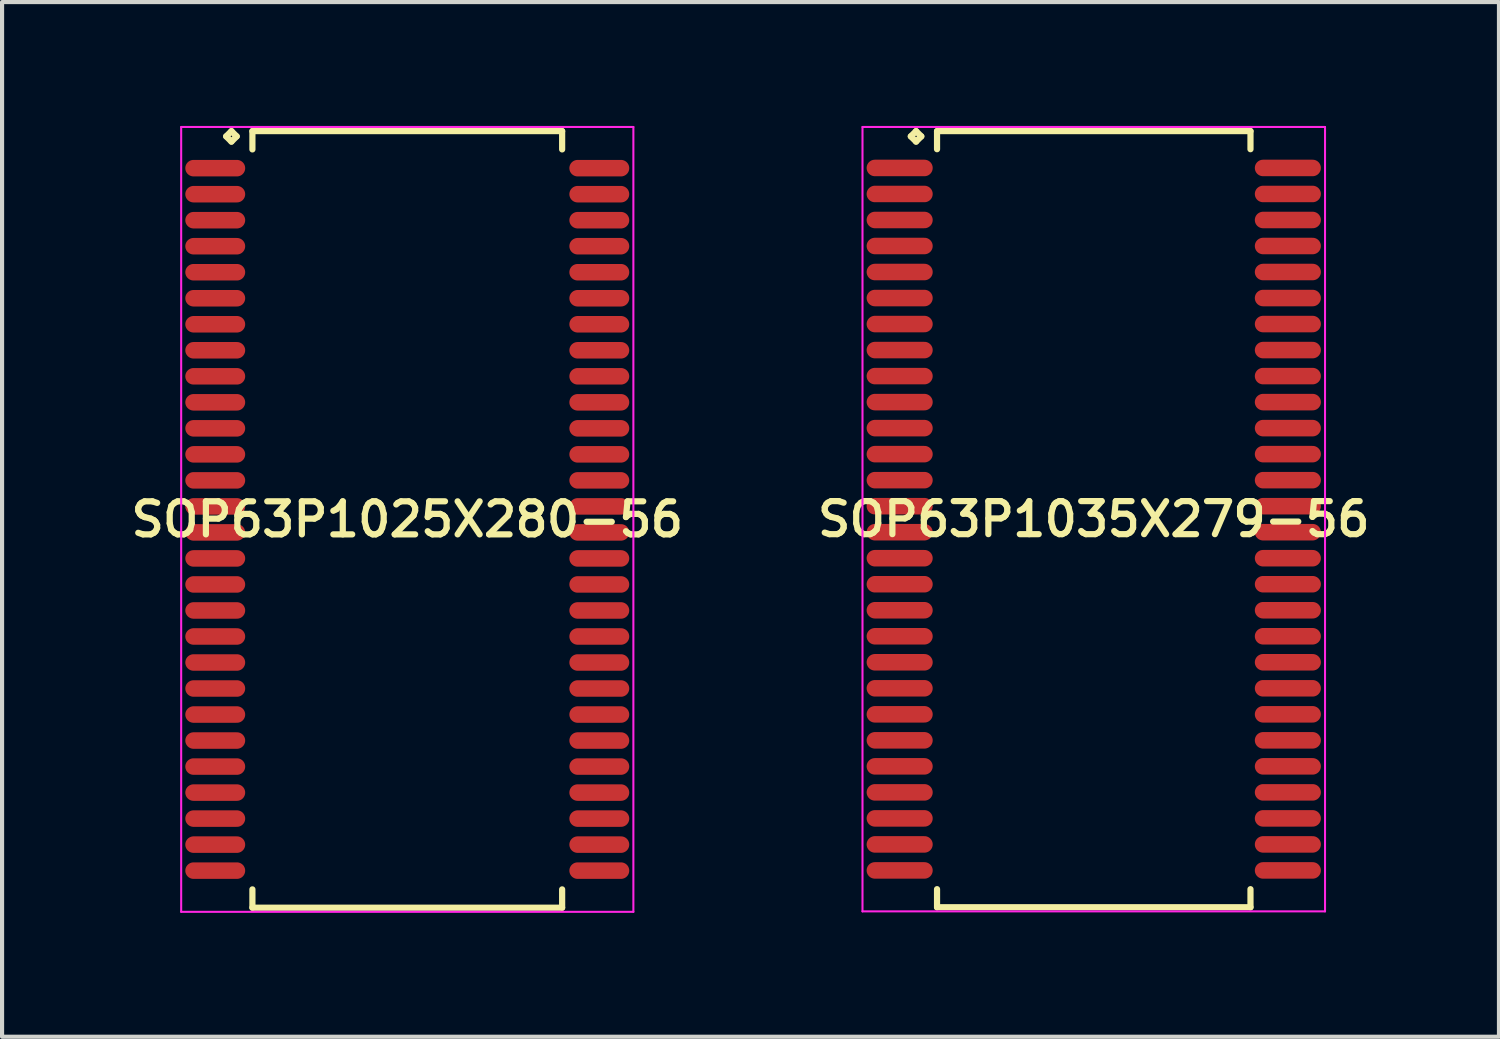
<source format=kicad_pcb>
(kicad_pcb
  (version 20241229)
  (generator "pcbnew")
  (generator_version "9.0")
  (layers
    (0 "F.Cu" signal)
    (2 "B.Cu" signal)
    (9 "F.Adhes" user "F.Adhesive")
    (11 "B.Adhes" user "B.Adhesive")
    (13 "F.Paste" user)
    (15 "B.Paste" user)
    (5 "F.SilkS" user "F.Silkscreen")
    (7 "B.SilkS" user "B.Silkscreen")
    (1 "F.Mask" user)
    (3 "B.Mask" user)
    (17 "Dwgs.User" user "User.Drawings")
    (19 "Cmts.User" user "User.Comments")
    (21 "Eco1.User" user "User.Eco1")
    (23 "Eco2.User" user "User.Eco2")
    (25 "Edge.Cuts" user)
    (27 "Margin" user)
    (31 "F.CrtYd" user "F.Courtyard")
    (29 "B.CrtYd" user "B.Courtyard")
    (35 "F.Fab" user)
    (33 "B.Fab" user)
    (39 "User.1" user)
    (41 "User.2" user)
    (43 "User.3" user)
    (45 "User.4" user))
  (footprint "SOP63P1025X280-56"
    (layer "F.Cu")
    (at 6.812 9.527)
    (property "Reference" "SOP63P1025X280-56" (at 0 0 0) (layer "F.SilkS") (effects (font (size 0.8 0.8) (thickness 0.15))))
    (attr smd)
    (fp_line (start -4.385 -9.275) (end -4.258 -9.402) (stroke (width 0.15) (type solid)) (layer "F.SilkS"))
    (fp_line (start -4.258 -9.402) (end -4.131 -9.275) (stroke (width 0.15) (type solid)) (layer "F.SilkS"))
    (fp_line (start -4.258 -9.148) (end -4.385 -9.275) (stroke (width 0.15) (type solid)) (layer "F.SilkS"))
    (fp_line (start -4.131 -9.275) (end -4.258 -9.148) (stroke (width 0.15) (type solid)) (layer "F.SilkS"))
    (fp_line (start -3.75 -9.402) (end 3.75 -9.402) (stroke (width 0.15) (type solid)) (layer "F.SilkS"))
    (fp_line (start -3.75 -8.959) (end -3.75 -9.402) (stroke (width 0.15) (type solid)) (layer "F.SilkS"))
    (fp_line (start -3.75 8.959) (end -3.75 9.402) (stroke (width 0.15) (type solid)) (layer "F.SilkS"))
    (fp_line (start -3.75 9.402) (end 3.75 9.402) (stroke (width 0.15) (type solid)) (layer "F.SilkS"))
    (fp_line (start 3.75 -9.402) (end 3.75 -8.959) (stroke (width 0.15) (type solid)) (layer "F.SilkS"))
    (fp_line (start 3.75 9.402) (end 3.75 8.959) (stroke (width 0.15) (type solid)) (layer "F.SilkS"))
    (fp_line (start -5.475 -9.502) (end 5.475 -9.502) (stroke (width 0.05) (type solid)) (layer "F.CrtYd"))
    (fp_line (start -5.475 9.502) (end -5.475 -9.502) (stroke (width 0.05) (type solid)) (layer "F.CrtYd"))
    (fp_line (start 5.475 -9.502) (end 5.475 9.502) (stroke (width 0.05) (type solid)) (layer "F.CrtYd"))
    (fp_line (start 5.475 9.502) (end -5.475 9.502) (stroke (width 0.05) (type solid)) (layer "F.CrtYd"))
    (pad "1" smd oval (at -4.65 -8.505) (size 1.45 0.4) (layers "F.Cu" "F.Mask" "F.Paste"))
    (pad "2" smd oval (at -4.65 -7.875) (size 1.45 0.4) (layers "F.Cu" "F.Mask" "F.Paste"))
    (pad "3" smd oval (at -4.65 -7.245) (size 1.45 0.4) (layers "F.Cu" "F.Mask" "F.Paste"))
    (pad "4" smd oval (at -4.65 -6.615) (size 1.45 0.4) (layers "F.Cu" "F.Mask" "F.Paste"))
    (pad "5" smd oval (at -4.65 -5.985) (size 1.45 0.4) (layers "F.Cu" "F.Mask" "F.Paste"))
    (pad "6" smd oval (at -4.65 -5.355) (size 1.45 0.4) (layers "F.Cu" "F.Mask" "F.Paste"))
    (pad "7" smd oval (at -4.65 -4.725) (size 1.45 0.4) (layers "F.Cu" "F.Mask" "F.Paste"))
    (pad "8" smd oval (at -4.65 -4.095) (size 1.45 0.4) (layers "F.Cu" "F.Mask" "F.Paste"))
    (pad "9" smd oval (at -4.65 -3.465) (size 1.45 0.4) (layers "F.Cu" "F.Mask" "F.Paste"))
    (pad "10" smd oval (at -4.65 -2.835) (size 1.45 0.4) (layers "F.Cu" "F.Mask" "F.Paste"))
    (pad "11" smd oval (at -4.65 -2.205) (size 1.45 0.4) (layers "F.Cu" "F.Mask" "F.Paste"))
    (pad "12" smd oval (at -4.65 -1.575) (size 1.45 0.4) (layers "F.Cu" "F.Mask" "F.Paste"))
    (pad "13" smd oval (at -4.65 -0.945) (size 1.45 0.4) (layers "F.Cu" "F.Mask" "F.Paste"))
    (pad "14" smd oval (at -4.65 -0.315) (size 1.45 0.4) (layers "F.Cu" "F.Mask" "F.Paste"))
    (pad "15" smd oval (at -4.65 0.315) (size 1.45 0.4) (layers "F.Cu" "F.Mask" "F.Paste"))
    (pad "16" smd oval (at -4.65 0.945) (size 1.45 0.4) (layers "F.Cu" "F.Mask" "F.Paste"))
    (pad "17" smd oval (at -4.65 1.575) (size 1.45 0.4) (layers "F.Cu" "F.Mask" "F.Paste"))
    (pad "18" smd oval (at -4.65 2.205) (size 1.45 0.4) (layers "F.Cu" "F.Mask" "F.Paste"))
    (pad "19" smd oval (at -4.65 2.835) (size 1.45 0.4) (layers "F.Cu" "F.Mask" "F.Paste"))
    (pad "20" smd oval (at -4.65 3.465) (size 1.45 0.4) (layers "F.Cu" "F.Mask" "F.Paste"))
    (pad "21" smd oval (at -4.65 4.095) (size 1.45 0.4) (layers "F.Cu" "F.Mask" "F.Paste"))
    (pad "22" smd oval (at -4.65 4.725) (size 1.45 0.4) (layers "F.Cu" "F.Mask" "F.Paste"))
    (pad "23" smd oval (at -4.65 5.355) (size 1.45 0.4) (layers "F.Cu" "F.Mask" "F.Paste"))
    (pad "24" smd oval (at -4.65 5.985) (size 1.45 0.4) (layers "F.Cu" "F.Mask" "F.Paste"))
    (pad "25" smd oval (at -4.65 6.615) (size 1.45 0.4) (layers "F.Cu" "F.Mask" "F.Paste"))
    (pad "26" smd oval (at -4.65 7.245) (size 1.45 0.4) (layers "F.Cu" "F.Mask" "F.Paste"))
    (pad "27" smd oval (at -4.65 7.875) (size 1.45 0.4) (layers "F.Cu" "F.Mask" "F.Paste"))
    (pad "28" smd oval (at -4.65 8.505) (size 1.45 0.4) (layers "F.Cu" "F.Mask" "F.Paste"))
    (pad "29" smd oval (at 4.65 8.505) (size 1.45 0.4) (layers "F.Cu" "F.Mask" "F.Paste"))
    (pad "30" smd oval (at 4.65 7.875) (size 1.45 0.4) (layers "F.Cu" "F.Mask" "F.Paste"))
    (pad "31" smd oval (at 4.65 7.245) (size 1.45 0.4) (layers "F.Cu" "F.Mask" "F.Paste"))
    (pad "32" smd oval (at 4.65 6.615) (size 1.45 0.4) (layers "F.Cu" "F.Mask" "F.Paste"))
    (pad "33" smd oval (at 4.65 5.985) (size 1.45 0.4) (layers "F.Cu" "F.Mask" "F.Paste"))
    (pad "34" smd oval (at 4.65 5.355) (size 1.45 0.4) (layers "F.Cu" "F.Mask" "F.Paste"))
    (pad "35" smd oval (at 4.65 4.725) (size 1.45 0.4) (layers "F.Cu" "F.Mask" "F.Paste"))
    (pad "36" smd oval (at 4.65 4.095) (size 1.45 0.4) (layers "F.Cu" "F.Mask" "F.Paste"))
    (pad "37" smd oval (at 4.65 3.465) (size 1.45 0.4) (layers "F.Cu" "F.Mask" "F.Paste"))
    (pad "38" smd oval (at 4.65 2.835) (size 1.45 0.4) (layers "F.Cu" "F.Mask" "F.Paste"))
    (pad "39" smd oval (at 4.65 2.205) (size 1.45 0.4) (layers "F.Cu" "F.Mask" "F.Paste"))
    (pad "40" smd oval (at 4.65 1.575) (size 1.45 0.4) (layers "F.Cu" "F.Mask" "F.Paste"))
    (pad "41" smd oval (at 4.65 0.945) (size 1.45 0.4) (layers "F.Cu" "F.Mask" "F.Paste"))
    (pad "42" smd oval (at 4.65 0.315) (size 1.45 0.4) (layers "F.Cu" "F.Mask" "F.Paste"))
    (pad "43" smd oval (at 4.65 -0.315) (size 1.45 0.4) (layers "F.Cu" "F.Mask" "F.Paste"))
    (pad "44" smd oval (at 4.65 -0.945) (size 1.45 0.4) (layers "F.Cu" "F.Mask" "F.Paste"))
    (pad "45" smd oval (at 4.65 -1.575) (size 1.45 0.4) (layers "F.Cu" "F.Mask" "F.Paste"))
    (pad "46" smd oval (at 4.65 -2.205) (size 1.45 0.4) (layers "F.Cu" "F.Mask" "F.Paste"))
    (pad "47" smd oval (at 4.65 -2.835) (size 1.45 0.4) (layers "F.Cu" "F.Mask" "F.Paste"))
    (pad "48" smd oval (at 4.65 -3.465) (size 1.45 0.4) (layers "F.Cu" "F.Mask" "F.Paste"))
    (pad "49" smd oval (at 4.65 -4.095) (size 1.45 0.4) (layers "F.Cu" "F.Mask" "F.Paste"))
    (pad "50" smd oval (at 4.65 -4.725) (size 1.45 0.4) (layers "F.Cu" "F.Mask" "F.Paste"))
    (pad "51" smd oval (at 4.65 -5.355) (size 1.45 0.4) (layers "F.Cu" "F.Mask" "F.Paste"))
    (pad "52" smd oval (at 4.65 -5.985) (size 1.45 0.4) (layers "F.Cu" "F.Mask" "F.Paste"))
    (pad "53" smd oval (at 4.65 -6.615) (size 1.45 0.4) (layers "F.Cu" "F.Mask" "F.Paste"))
    (pad "54" smd oval (at 4.65 -7.245) (size 1.45 0.4) (layers "F.Cu" "F.Mask" "F.Paste"))
    (pad "55" smd oval (at 4.65 -7.875) (size 1.45 0.4) (layers "F.Cu" "F.Mask" "F.Paste"))
    (pad "56" smd oval (at 4.65 -8.505) (size 1.45 0.4) (layers "F.Cu" "F.Mask" "F.Paste")))
  (footprint "SOP63P1035X279-56"
    (layer "F.Cu")
    (at 23.435 9.522)
    (property "Reference" "SOP63P1035X279-56" (at 0 0 0) (layer "F.SilkS") (effects (font (size 0.8 0.8) (thickness 0.15))))
    (attr smd)
    (fp_line (start -4.43 -9.27) (end -4.303 -9.397) (stroke (width 0.15) (type solid)) (layer "F.SilkS"))
    (fp_line (start -4.303 -9.397) (end -4.176 -9.27) (stroke (width 0.15) (type solid)) (layer "F.SilkS"))
    (fp_line (start -4.303 -9.143) (end -4.43 -9.27) (stroke (width 0.15) (type solid)) (layer "F.SilkS"))
    (fp_line (start -4.176 -9.27) (end -4.303 -9.143) (stroke (width 0.15) (type solid)) (layer "F.SilkS"))
    (fp_line (start -3.795 -9.397) (end 3.795 -9.397) (stroke (width 0.15) (type solid)) (layer "F.SilkS"))
    (fp_line (start -3.795 -8.959) (end -3.795 -9.397) (stroke (width 0.15) (type solid)) (layer "F.SilkS"))
    (fp_line (start -3.795 8.959) (end -3.795 9.397) (stroke (width 0.15) (type solid)) (layer "F.SilkS"))
    (fp_line (start -3.795 9.397) (end 3.795 9.397) (stroke (width 0.15) (type solid)) (layer "F.SilkS"))
    (fp_line (start 3.795 -9.397) (end 3.795 -8.959) (stroke (width 0.15) (type solid)) (layer "F.SilkS"))
    (fp_line (start 3.795 9.397) (end 3.795 8.959) (stroke (width 0.15) (type solid)) (layer "F.SilkS"))
    (fp_line (start -5.6 -9.497) (end 5.6 -9.497) (stroke (width 0.05) (type solid)) (layer "F.CrtYd"))
    (fp_line (start -5.6 9.497) (end -5.6 -9.497) (stroke (width 0.05) (type solid)) (layer "F.CrtYd"))
    (fp_line (start 5.6 -9.497) (end 5.6 9.497) (stroke (width 0.05) (type solid)) (layer "F.CrtYd"))
    (fp_line (start 5.6 9.497) (end -5.6 9.497) (stroke (width 0.05) (type solid)) (layer "F.CrtYd"))
    (pad "1" smd oval (at -4.7 -8.505) (size 1.6 0.4) (layers "F.Cu" "F.Mask" "F.Paste"))
    (pad "2" smd oval (at -4.7 -7.875) (size 1.6 0.4) (layers "F.Cu" "F.Mask" "F.Paste"))
    (pad "3" smd oval (at -4.7 -7.245) (size 1.6 0.4) (layers "F.Cu" "F.Mask" "F.Paste"))
    (pad "4" smd oval (at -4.7 -6.615) (size 1.6 0.4) (layers "F.Cu" "F.Mask" "F.Paste"))
    (pad "5" smd oval (at -4.7 -5.985) (size 1.6 0.4) (layers "F.Cu" "F.Mask" "F.Paste"))
    (pad "6" smd oval (at -4.7 -5.355) (size 1.6 0.4) (layers "F.Cu" "F.Mask" "F.Paste"))
    (pad "7" smd oval (at -4.7 -4.725) (size 1.6 0.4) (layers "F.Cu" "F.Mask" "F.Paste"))
    (pad "8" smd oval (at -4.7 -4.095) (size 1.6 0.4) (layers "F.Cu" "F.Mask" "F.Paste"))
    (pad "9" smd oval (at -4.7 -3.465) (size 1.6 0.4) (layers "F.Cu" "F.Mask" "F.Paste"))
    (pad "10" smd oval (at -4.7 -2.835) (size 1.6 0.4) (layers "F.Cu" "F.Mask" "F.Paste"))
    (pad "11" smd oval (at -4.7 -2.205) (size 1.6 0.4) (layers "F.Cu" "F.Mask" "F.Paste"))
    (pad "12" smd oval (at -4.7 -1.575) (size 1.6 0.4) (layers "F.Cu" "F.Mask" "F.Paste"))
    (pad "13" smd oval (at -4.7 -0.945) (size 1.6 0.4) (layers "F.Cu" "F.Mask" "F.Paste"))
    (pad "14" smd oval (at -4.7 -0.315) (size 1.6 0.4) (layers "F.Cu" "F.Mask" "F.Paste"))
    (pad "15" smd oval (at -4.7 0.315) (size 1.6 0.4) (layers "F.Cu" "F.Mask" "F.Paste"))
    (pad "16" smd oval (at -4.7 0.945) (size 1.6 0.4) (layers "F.Cu" "F.Mask" "F.Paste"))
    (pad "17" smd oval (at -4.7 1.575) (size 1.6 0.4) (layers "F.Cu" "F.Mask" "F.Paste"))
    (pad "18" smd oval (at -4.7 2.205) (size 1.6 0.4) (layers "F.Cu" "F.Mask" "F.Paste"))
    (pad "19" smd oval (at -4.7 2.835) (size 1.6 0.4) (layers "F.Cu" "F.Mask" "F.Paste"))
    (pad "20" smd oval (at -4.7 3.465) (size 1.6 0.4) (layers "F.Cu" "F.Mask" "F.Paste"))
    (pad "21" smd oval (at -4.7 4.095) (size 1.6 0.4) (layers "F.Cu" "F.Mask" "F.Paste"))
    (pad "22" smd oval (at -4.7 4.725) (size 1.6 0.4) (layers "F.Cu" "F.Mask" "F.Paste"))
    (pad "23" smd oval (at -4.7 5.355) (size 1.6 0.4) (layers "F.Cu" "F.Mask" "F.Paste"))
    (pad "24" smd oval (at -4.7 5.985) (size 1.6 0.4) (layers "F.Cu" "F.Mask" "F.Paste"))
    (pad "25" smd oval (at -4.7 6.615) (size 1.6 0.4) (layers "F.Cu" "F.Mask" "F.Paste"))
    (pad "26" smd oval (at -4.7 7.245) (size 1.6 0.4) (layers "F.Cu" "F.Mask" "F.Paste"))
    (pad "27" smd oval (at -4.7 7.875) (size 1.6 0.4) (layers "F.Cu" "F.Mask" "F.Paste"))
    (pad "28" smd oval (at -4.7 8.505) (size 1.6 0.4) (layers "F.Cu" "F.Mask" "F.Paste"))
    (pad "29" smd oval (at 4.7 8.505) (size 1.6 0.4) (layers "F.Cu" "F.Mask" "F.Paste"))
    (pad "30" smd oval (at 4.7 7.875) (size 1.6 0.4) (layers "F.Cu" "F.Mask" "F.Paste"))
    (pad "31" smd oval (at 4.7 7.245) (size 1.6 0.4) (layers "F.Cu" "F.Mask" "F.Paste"))
    (pad "32" smd oval (at 4.7 6.615) (size 1.6 0.4) (layers "F.Cu" "F.Mask" "F.Paste"))
    (pad "33" smd oval (at 4.7 5.985) (size 1.6 0.4) (layers "F.Cu" "F.Mask" "F.Paste"))
    (pad "34" smd oval (at 4.7 5.355) (size 1.6 0.4) (layers "F.Cu" "F.Mask" "F.Paste"))
    (pad "35" smd oval (at 4.7 4.725) (size 1.6 0.4) (layers "F.Cu" "F.Mask" "F.Paste"))
    (pad "36" smd oval (at 4.7 4.095) (size 1.6 0.4) (layers "F.Cu" "F.Mask" "F.Paste"))
    (pad "37" smd oval (at 4.7 3.465) (size 1.6 0.4) (layers "F.Cu" "F.Mask" "F.Paste"))
    (pad "38" smd oval (at 4.7 2.835) (size 1.6 0.4) (layers "F.Cu" "F.Mask" "F.Paste"))
    (pad "39" smd oval (at 4.7 2.205) (size 1.6 0.4) (layers "F.Cu" "F.Mask" "F.Paste"))
    (pad "40" smd oval (at 4.7 1.575) (size 1.6 0.4) (layers "F.Cu" "F.Mask" "F.Paste"))
    (pad "41" smd oval (at 4.7 0.945) (size 1.6 0.4) (layers "F.Cu" "F.Mask" "F.Paste"))
    (pad "42" smd oval (at 4.7 0.315) (size 1.6 0.4) (layers "F.Cu" "F.Mask" "F.Paste"))
    (pad "43" smd oval (at 4.7 -0.315) (size 1.6 0.4) (layers "F.Cu" "F.Mask" "F.Paste"))
    (pad "44" smd oval (at 4.7 -0.945) (size 1.6 0.4) (layers "F.Cu" "F.Mask" "F.Paste"))
    (pad "45" smd oval (at 4.7 -1.575) (size 1.6 0.4) (layers "F.Cu" "F.Mask" "F.Paste"))
    (pad "46" smd oval (at 4.7 -2.205) (size 1.6 0.4) (layers "F.Cu" "F.Mask" "F.Paste"))
    (pad "47" smd oval (at 4.7 -2.835) (size 1.6 0.4) (layers "F.Cu" "F.Mask" "F.Paste"))
    (pad "48" smd oval (at 4.7 -3.465) (size 1.6 0.4) (layers "F.Cu" "F.Mask" "F.Paste"))
    (pad "49" smd oval (at 4.7 -4.095) (size 1.6 0.4) (layers "F.Cu" "F.Mask" "F.Paste"))
    (pad "50" smd oval (at 4.7 -4.725) (size 1.6 0.4) (layers "F.Cu" "F.Mask" "F.Paste"))
    (pad "51" smd oval (at 4.7 -5.355) (size 1.6 0.4) (layers "F.Cu" "F.Mask" "F.Paste"))
    (pad "52" smd oval (at 4.7 -5.985) (size 1.6 0.4) (layers "F.Cu" "F.Mask" "F.Paste"))
    (pad "53" smd oval (at 4.7 -6.615) (size 1.6 0.4) (layers "F.Cu" "F.Mask" "F.Paste"))
    (pad "54" smd oval (at 4.7 -7.245) (size 1.6 0.4) (layers "F.Cu" "F.Mask" "F.Paste"))
    (pad "55" smd oval (at 4.7 -7.875) (size 1.6 0.4) (layers "F.Cu" "F.Mask" "F.Paste"))
    (pad "56" smd oval (at 4.7 -8.505) (size 1.6 0.4) (layers "F.Cu" "F.Mask" "F.Paste")))
  (gr_rect
    (start -3 -3)
    (end 33.247 22.054)
    (stroke (width 0.1) (type default))
    (fill no)
    (layer "Edge.Cuts")))
</source>
